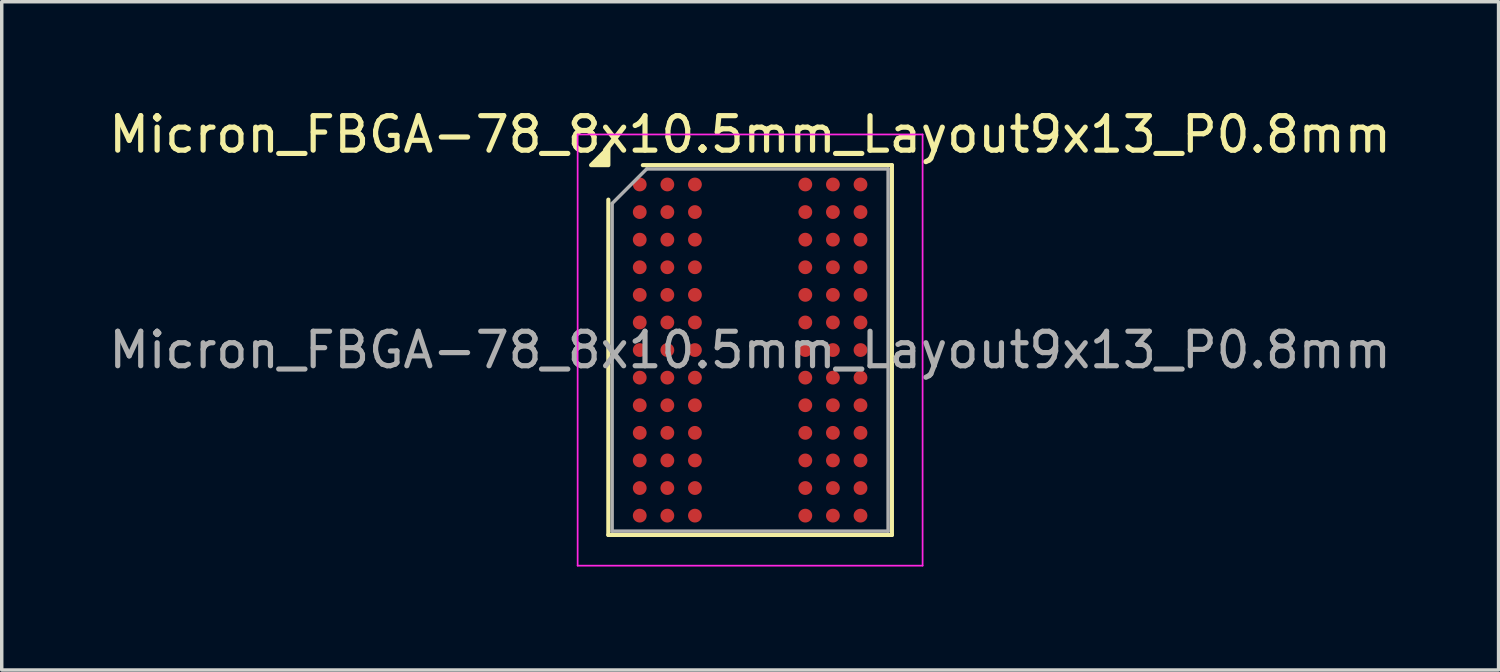
<source format=kicad_pcb>
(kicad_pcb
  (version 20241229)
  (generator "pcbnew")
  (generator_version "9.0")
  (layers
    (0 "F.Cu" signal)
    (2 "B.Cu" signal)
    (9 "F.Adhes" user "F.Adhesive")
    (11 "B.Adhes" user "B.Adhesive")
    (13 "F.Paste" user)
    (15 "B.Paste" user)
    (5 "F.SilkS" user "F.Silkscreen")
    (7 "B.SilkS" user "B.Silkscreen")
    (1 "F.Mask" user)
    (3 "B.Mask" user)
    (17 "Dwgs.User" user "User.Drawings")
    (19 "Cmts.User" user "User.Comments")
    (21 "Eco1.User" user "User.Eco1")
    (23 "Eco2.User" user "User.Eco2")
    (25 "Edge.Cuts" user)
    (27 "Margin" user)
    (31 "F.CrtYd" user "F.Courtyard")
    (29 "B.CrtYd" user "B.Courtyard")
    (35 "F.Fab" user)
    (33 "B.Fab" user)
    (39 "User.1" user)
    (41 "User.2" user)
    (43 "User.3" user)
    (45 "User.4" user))
  (footprint "Micron_FBGA-78_8x10.5mm_Layout9x13_P0.8mm"
    (layer "F.Cu")
    (at 18.696 7.098)
    (property "Reference" "Micron_FBGA-78_8x10.5mm_Layout9x13_P0.8mm" (at 0 -6.25 0) (layer "F.SilkS") (effects (font (size 1 1) (thickness 0.15))))
    (attr smd)
    (fp_line (start -4.11 5.36) (end -4.11 -4.36) (stroke (width 0.12) (type solid)) (layer "F.SilkS"))
    (fp_line (start -3.11 -5.36) (end 4.11 -5.36) (stroke (width 0.12) (type solid)) (layer "F.SilkS"))
    (fp_line (start 4.11 -5.36) (end 4.11 5.36) (stroke (width 0.12) (type solid)) (layer "F.SilkS"))
    (fp_line (start 4.11 5.36) (end -4.11 5.36) (stroke (width 0.12) (type solid)) (layer "F.SilkS"))
    (fp_poly (pts (xy -4.11 -5.36) (xy -4.61 -5.36) (xy -4.11 -5.86) (xy -4.11 -5.36)) (stroke (width 0.12) (type solid)) (fill yes) (layer "F.SilkS"))
    (fp_line (start -5 -6.25) (end -5 6.25) (stroke (width 0.05) (type solid)) (layer "F.CrtYd"))
    (fp_line (start -5 6.25) (end 5 6.25) (stroke (width 0.05) (type solid)) (layer "F.CrtYd"))
    (fp_line (start 5 -6.25) (end -5 -6.25) (stroke (width 0.05) (type solid)) (layer "F.CrtYd"))
    (fp_line (start 5 6.25) (end 5 -6.25) (stroke (width 0.05) (type solid)) (layer "F.CrtYd"))
    (fp_line (start -4 -4.25) (end -3 -5.25) (stroke (width 0.1) (type solid)) (layer "F.Fab"))
    (fp_line (start -4 5.25) (end -4 -4.25) (stroke (width 0.1) (type solid)) (layer "F.Fab"))
    (fp_line (start -3 -5.25) (end 4 -5.25) (stroke (width 0.1) (type solid)) (layer "F.Fab"))
    (fp_line (start 4 -5.25) (end 4 5.25) (stroke (width 0.1) (type solid)) (layer "F.Fab"))
    (fp_line (start 4 5.25) (end -4 5.25) (stroke (width 0.1) (type solid)) (layer "F.Fab"))
    (fp_text user "${REFERENCE}" (at 0 0 0) (layer "F.Fab") (effects (font (size 1 1) (thickness 0.15))))
    (pad "A1" smd circle (at -3.2 -4.8) (size 0.4 0.4) (property pad_prop_bga) (layers "F.Cu" "F.Mask" "F.Paste"))
    (pad "A2" smd circle (at -2.4 -4.8) (size 0.4 0.4) (property pad_prop_bga) (layers "F.Cu" "F.Mask" "F.Paste"))
    (pad "A3" smd circle (at -1.6 -4.8) (size 0.4 0.4) (property pad_prop_bga) (layers "F.Cu" "F.Mask" "F.Paste"))
    (pad "A7" smd circle (at 1.6 -4.8) (size 0.4 0.4) (property pad_prop_bga) (layers "F.Cu" "F.Mask" "F.Paste"))
    (pad "A8" smd circle (at 2.4 -4.8) (size 0.4 0.4) (property pad_prop_bga) (layers "F.Cu" "F.Mask" "F.Paste"))
    (pad "A9" smd circle (at 3.2 -4.8) (size 0.4 0.4) (property pad_prop_bga) (layers "F.Cu" "F.Mask" "F.Paste"))
    (pad "B1" smd circle (at -3.2 -4) (size 0.4 0.4) (property pad_prop_bga) (layers "F.Cu" "F.Mask" "F.Paste"))
    (pad "B2" smd circle (at -2.4 -4) (size 0.4 0.4) (property pad_prop_bga) (layers "F.Cu" "F.Mask" "F.Paste"))
    (pad "B3" smd circle (at -1.6 -4) (size 0.4 0.4) (property pad_prop_bga) (layers "F.Cu" "F.Mask" "F.Paste"))
    (pad "B7" smd circle (at 1.6 -4) (size 0.4 0.4) (property pad_prop_bga) (layers "F.Cu" "F.Mask" "F.Paste"))
    (pad "B8" smd circle (at 2.4 -4) (size 0.4 0.4) (property pad_prop_bga) (layers "F.Cu" "F.Mask" "F.Paste"))
    (pad "B9" smd circle (at 3.2 -4) (size 0.4 0.4) (property pad_prop_bga) (layers "F.Cu" "F.Mask" "F.Paste"))
    (pad "C1" smd circle (at -3.2 -3.2) (size 0.4 0.4) (property pad_prop_bga) (layers "F.Cu" "F.Mask" "F.Paste"))
    (pad "C2" smd circle (at -2.4 -3.2) (size 0.4 0.4) (property pad_prop_bga) (layers "F.Cu" "F.Mask" "F.Paste"))
    (pad "C3" smd circle (at -1.6 -3.2) (size 0.4 0.4) (property pad_prop_bga) (layers "F.Cu" "F.Mask" "F.Paste"))
    (pad "C7" smd circle (at 1.6 -3.2) (size 0.4 0.4) (property pad_prop_bga) (layers "F.Cu" "F.Mask" "F.Paste"))
    (pad "C8" smd circle (at 2.4 -3.2) (size 0.4 0.4) (property pad_prop_bga) (layers "F.Cu" "F.Mask" "F.Paste"))
    (pad "C9" smd circle (at 3.2 -3.2) (size 0.4 0.4) (property pad_prop_bga) (layers "F.Cu" "F.Mask" "F.Paste"))
    (pad "D1" smd circle (at -3.2 -2.4) (size 0.4 0.4) (property pad_prop_bga) (layers "F.Cu" "F.Mask" "F.Paste"))
    (pad "D2" smd circle (at -2.4 -2.4) (size 0.4 0.4) (property pad_prop_bga) (layers "F.Cu" "F.Mask" "F.Paste"))
    (pad "D3" smd circle (at -1.6 -2.4) (size 0.4 0.4) (property pad_prop_bga) (layers "F.Cu" "F.Mask" "F.Paste"))
    (pad "D7" smd circle (at 1.6 -2.4) (size 0.4 0.4) (property pad_prop_bga) (layers "F.Cu" "F.Mask" "F.Paste"))
    (pad "D8" smd circle (at 2.4 -2.4) (size 0.4 0.4) (property pad_prop_bga) (layers "F.Cu" "F.Mask" "F.Paste"))
    (pad "D9" smd circle (at 3.2 -2.4) (size 0.4 0.4) (property pad_prop_bga) (layers "F.Cu" "F.Mask" "F.Paste"))
    (pad "E1" smd circle (at -3.2 -1.6) (size 0.4 0.4) (property pad_prop_bga) (layers "F.Cu" "F.Mask" "F.Paste"))
    (pad "E2" smd circle (at -2.4 -1.6) (size 0.4 0.4) (property pad_prop_bga) (layers "F.Cu" "F.Mask" "F.Paste"))
    (pad "E3" smd circle (at -1.6 -1.6) (size 0.4 0.4) (property pad_prop_bga) (layers "F.Cu" "F.Mask" "F.Paste"))
    (pad "E7" smd circle (at 1.6 -1.6) (size 0.4 0.4) (property pad_prop_bga) (layers "F.Cu" "F.Mask" "F.Paste"))
    (pad "E8" smd circle (at 2.4 -1.6) (size 0.4 0.4) (property pad_prop_bga) (layers "F.Cu" "F.Mask" "F.Paste"))
    (pad "E9" smd circle (at 3.2 -1.6) (size 0.4 0.4) (property pad_prop_bga) (layers "F.Cu" "F.Mask" "F.Paste"))
    (pad "F1" smd circle (at -3.2 -0.8) (size 0.4 0.4) (property pad_prop_bga) (layers "F.Cu" "F.Mask" "F.Paste"))
    (pad "F2" smd circle (at -2.4 -0.8) (size 0.4 0.4) (property pad_prop_bga) (layers "F.Cu" "F.Mask" "F.Paste"))
    (pad "F3" smd circle (at -1.6 -0.8) (size 0.4 0.4) (property pad_prop_bga) (layers "F.Cu" "F.Mask" "F.Paste"))
    (pad "F7" smd circle (at 1.6 -0.8) (size 0.4 0.4) (property pad_prop_bga) (layers "F.Cu" "F.Mask" "F.Paste"))
    (pad "F8" smd circle (at 2.4 -0.8) (size 0.4 0.4) (property pad_prop_bga) (layers "F.Cu" "F.Mask" "F.Paste"))
    (pad "F9" smd circle (at 3.2 -0.8) (size 0.4 0.4) (property pad_prop_bga) (layers "F.Cu" "F.Mask" "F.Paste"))
    (pad "G1" smd circle (at -3.2 0) (size 0.4 0.4) (property pad_prop_bga) (layers "F.Cu" "F.Mask" "F.Paste"))
    (pad "G2" smd circle (at -2.4 0) (size 0.4 0.4) (property pad_prop_bga) (layers "F.Cu" "F.Mask" "F.Paste"))
    (pad "G3" smd circle (at -1.6 0) (size 0.4 0.4) (property pad_prop_bga) (layers "F.Cu" "F.Mask" "F.Paste"))
    (pad "G7" smd circle (at 1.6 0) (size 0.4 0.4) (property pad_prop_bga) (layers "F.Cu" "F.Mask" "F.Paste"))
    (pad "G8" smd circle (at 2.4 0) (size 0.4 0.4) (property pad_prop_bga) (layers "F.Cu" "F.Mask" "F.Paste"))
    (pad "G9" smd circle (at 3.2 0) (size 0.4 0.4) (property pad_prop_bga) (layers "F.Cu" "F.Mask" "F.Paste"))
    (pad "H1" smd circle (at -3.2 0.8) (size 0.4 0.4) (property pad_prop_bga) (layers "F.Cu" "F.Mask" "F.Paste"))
    (pad "H2" smd circle (at -2.4 0.8) (size 0.4 0.4) (property pad_prop_bga) (layers "F.Cu" "F.Mask" "F.Paste"))
    (pad "H3" smd circle (at -1.6 0.8) (size 0.4 0.4) (property pad_prop_bga) (layers "F.Cu" "F.Mask" "F.Paste"))
    (pad "H7" smd circle (at 1.6 0.8) (size 0.4 0.4) (property pad_prop_bga) (layers "F.Cu" "F.Mask" "F.Paste"))
    (pad "H8" smd circle (at 2.4 0.8) (size 0.4 0.4) (property pad_prop_bga) (layers "F.Cu" "F.Mask" "F.Paste"))
    (pad "H9" smd circle (at 3.2 0.8) (size 0.4 0.4) (property pad_prop_bga) (layers "F.Cu" "F.Mask" "F.Paste"))
    (pad "J1" smd circle (at -3.2 1.6) (size 0.4 0.4) (property pad_prop_bga) (layers "F.Cu" "F.Mask" "F.Paste"))
    (pad "J2" smd circle (at -2.4 1.6) (size 0.4 0.4) (property pad_prop_bga) (layers "F.Cu" "F.Mask" "F.Paste"))
    (pad "J3" smd circle (at -1.6 1.6) (size 0.4 0.4) (property pad_prop_bga) (layers "F.Cu" "F.Mask" "F.Paste"))
    (pad "J7" smd circle (at 1.6 1.6) (size 0.4 0.4) (property pad_prop_bga) (layers "F.Cu" "F.Mask" "F.Paste"))
    (pad "J8" smd circle (at 2.4 1.6) (size 0.4 0.4) (property pad_prop_bga) (layers "F.Cu" "F.Mask" "F.Paste"))
    (pad "J9" smd circle (at 3.2 1.6) (size 0.4 0.4) (property pad_prop_bga) (layers "F.Cu" "F.Mask" "F.Paste"))
    (pad "K1" smd circle (at -3.2 2.4) (size 0.4 0.4) (property pad_prop_bga) (layers "F.Cu" "F.Mask" "F.Paste"))
    (pad "K2" smd circle (at -2.4 2.4) (size 0.4 0.4) (property pad_prop_bga) (layers "F.Cu" "F.Mask" "F.Paste"))
    (pad "K3" smd circle (at -1.6 2.4) (size 0.4 0.4) (property pad_prop_bga) (layers "F.Cu" "F.Mask" "F.Paste"))
    (pad "K7" smd circle (at 1.6 2.4) (size 0.4 0.4) (property pad_prop_bga) (layers "F.Cu" "F.Mask" "F.Paste"))
    (pad "K8" smd circle (at 2.4 2.4) (size 0.4 0.4) (property pad_prop_bga) (layers "F.Cu" "F.Mask" "F.Paste"))
    (pad "K9" smd circle (at 3.2 2.4) (size 0.4 0.4) (property pad_prop_bga) (layers "F.Cu" "F.Mask" "F.Paste"))
    (pad "L1" smd circle (at -3.2 3.2) (size 0.4 0.4) (property pad_prop_bga) (layers "F.Cu" "F.Mask" "F.Paste"))
    (pad "L2" smd circle (at -2.4 3.2) (size 0.4 0.4) (property pad_prop_bga) (layers "F.Cu" "F.Mask" "F.Paste"))
    (pad "L3" smd circle (at -1.6 3.2) (size 0.4 0.4) (property pad_prop_bga) (layers "F.Cu" "F.Mask" "F.Paste"))
    (pad "L7" smd circle (at 1.6 3.2) (size 0.4 0.4) (property pad_prop_bga) (layers "F.Cu" "F.Mask" "F.Paste"))
    (pad "L8" smd circle (at 2.4 3.2) (size 0.4 0.4) (property pad_prop_bga) (layers "F.Cu" "F.Mask" "F.Paste"))
    (pad "L9" smd circle (at 3.2 3.2) (size 0.4 0.4) (property pad_prop_bga) (layers "F.Cu" "F.Mask" "F.Paste"))
    (pad "M1" smd circle (at -3.2 4) (size 0.4 0.4) (property pad_prop_bga) (layers "F.Cu" "F.Mask" "F.Paste"))
    (pad "M2" smd circle (at -2.4 4) (size 0.4 0.4) (property pad_prop_bga) (layers "F.Cu" "F.Mask" "F.Paste"))
    (pad "M3" smd circle (at -1.6 4) (size 0.4 0.4) (property pad_prop_bga) (layers "F.Cu" "F.Mask" "F.Paste"))
    (pad "M7" smd circle (at 1.6 4) (size 0.4 0.4) (property pad_prop_bga) (layers "F.Cu" "F.Mask" "F.Paste"))
    (pad "M8" smd circle (at 2.4 4) (size 0.4 0.4) (property pad_prop_bga) (layers "F.Cu" "F.Mask" "F.Paste"))
    (pad "M9" smd circle (at 3.2 4) (size 0.4 0.4) (property pad_prop_bga) (layers "F.Cu" "F.Mask" "F.Paste"))
    (pad "N1" smd circle (at -3.2 4.8) (size 0.4 0.4) (property pad_prop_bga) (layers "F.Cu" "F.Mask" "F.Paste"))
    (pad "N2" smd circle (at -2.4 4.8) (size 0.4 0.4) (property pad_prop_bga) (layers "F.Cu" "F.Mask" "F.Paste"))
    (pad "N3" smd circle (at -1.6 4.8) (size 0.4 0.4) (property pad_prop_bga) (layers "F.Cu" "F.Mask" "F.Paste"))
    (pad "N7" smd circle (at 1.6 4.8) (size 0.4 0.4) (property pad_prop_bga) (layers "F.Cu" "F.Mask" "F.Paste"))
    (pad "N8" smd circle (at 2.4 4.8) (size 0.4 0.4) (property pad_prop_bga) (layers "F.Cu" "F.Mask" "F.Paste"))
    (pad "N9" smd circle (at 3.2 4.8) (size 0.4 0.4) (property pad_prop_bga) (layers "F.Cu" "F.Mask" "F.Paste")))
  (gr_rect
    (start -3 -3)
    (end 40.393 16.373)
    (stroke (width 0.1) (type default))
    (fill no)
    (layer "Edge.Cuts")))
</source>
